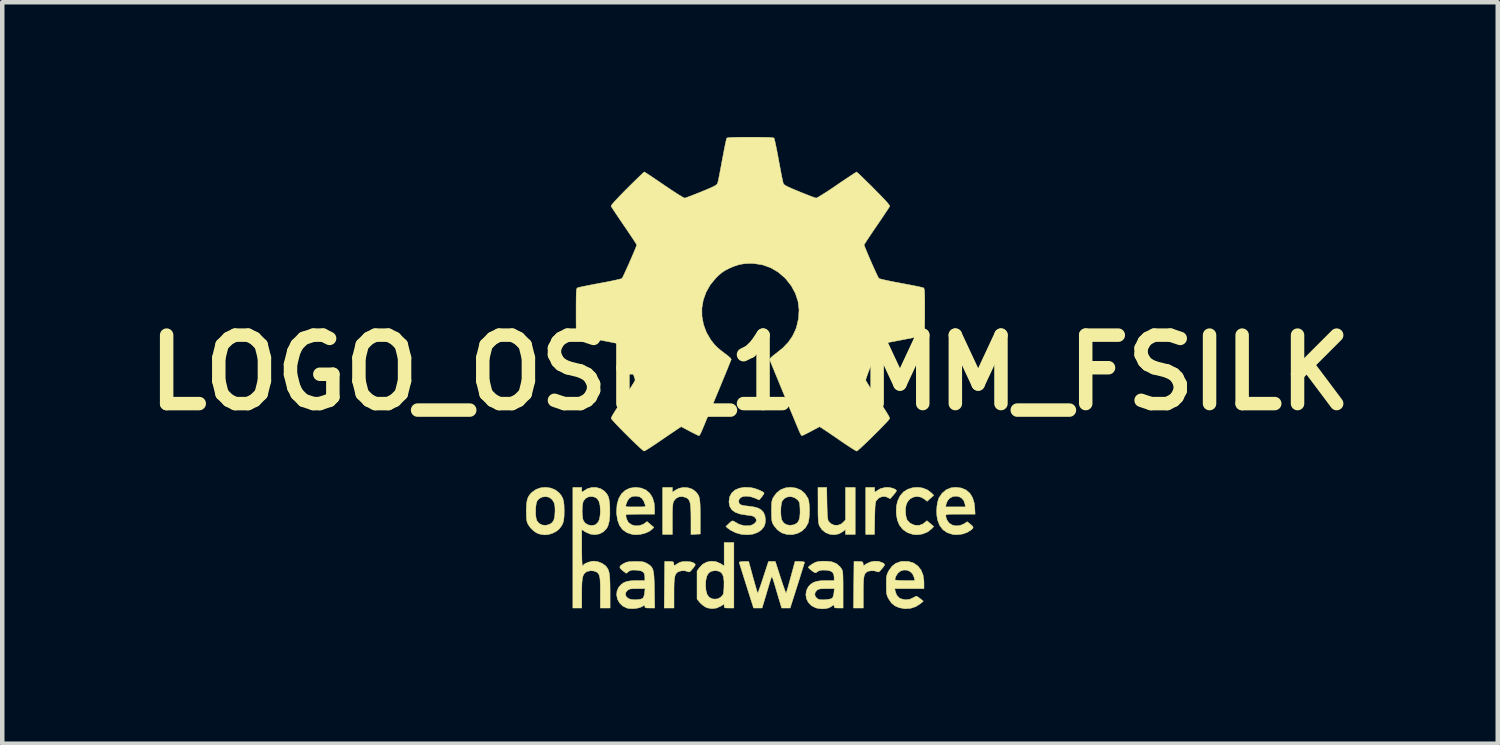
<source format=kicad_pcb>
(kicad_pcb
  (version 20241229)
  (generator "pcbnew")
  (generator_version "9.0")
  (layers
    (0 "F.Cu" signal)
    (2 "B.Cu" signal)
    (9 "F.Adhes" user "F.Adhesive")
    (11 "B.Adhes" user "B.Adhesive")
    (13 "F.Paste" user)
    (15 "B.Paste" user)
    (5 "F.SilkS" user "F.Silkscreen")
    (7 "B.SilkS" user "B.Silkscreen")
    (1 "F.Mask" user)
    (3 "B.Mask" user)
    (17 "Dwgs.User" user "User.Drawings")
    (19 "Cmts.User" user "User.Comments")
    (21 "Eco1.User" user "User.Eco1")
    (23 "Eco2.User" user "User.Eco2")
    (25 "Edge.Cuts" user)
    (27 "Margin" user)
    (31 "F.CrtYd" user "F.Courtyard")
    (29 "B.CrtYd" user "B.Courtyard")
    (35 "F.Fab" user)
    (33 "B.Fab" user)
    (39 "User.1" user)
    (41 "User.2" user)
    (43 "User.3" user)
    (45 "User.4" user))
  (footprint "LOGO_OSH_10MM_FSILK"
    (layer "F.Cu")
    (at 13.651 5.247)
    (property "Reference" "LOGO_OSH_10MM_FSILK" (at 0 0 0) (layer "F.SilkS") (effects (font (size 1.524 1.524) (thickness 0.3))))
    (attr through_hole)
    (fp_poly (pts (xy 1.714 2.914) (xy 1.717 3.047) (xy 1.721 3.149) (xy 1.727 3.223) (xy 1.734 3.272) (xy 1.743 3.302) (xy 1.746 3.308) (xy 1.804 3.366) (xy 1.876 3.397) (xy 1.954 3.399) (xy 2.028 3.373) (xy 2.076 3.333) (xy 2.126 3.278) (xy 2.126 2.558) (xy 2.342 2.558) (xy 2.342 3.603) (xy 2.126 3.603) (xy 2.126 3.492) (xy 2.07 3.538) (xy 1.983 3.589) (xy 1.88 3.61) (xy 1.776 3.6) (xy 1.681 3.562) (xy 1.601 3.496) (xy 1.548 3.416) (xy 1.536 3.387) (xy 1.528 3.354) (xy 1.522 3.311) (xy 1.518 3.253) (xy 1.515 3.175) (xy 1.514 3.071) (xy 1.514 2.95) (xy 1.513 2.558) (xy 1.708 2.558) (xy 1.714 2.914)) (stroke (width 0.01) (type solid)) (fill yes) (layer "F.SilkS"))
    (fp_poly (pts (xy 3.12 2.561) (xy 3.183 2.577) (xy 3.232 2.598) (xy 3.259 2.622) (xy 3.261 2.63) (xy 3.25 2.653) (xy 3.221 2.692) (xy 3.194 2.725) (xy 3.156 2.767) (xy 3.13 2.798) (xy 3.123 2.808) (xy 3.107 2.803) (xy 3.078 2.785) (xy 3.011 2.759) (xy 2.938 2.762) (xy 2.869 2.791) (xy 2.815 2.845) (xy 2.804 2.866) (xy 2.795 2.894) (xy 2.789 2.937) (xy 2.784 2.997) (xy 2.781 3.081) (xy 2.778 3.194) (xy 2.777 3.247) (xy 2.771 3.603) (xy 2.576 3.603) (xy 2.576 2.558) (xy 2.774 2.558) (xy 2.774 2.615) (xy 2.776 2.652) (xy 2.786 2.659) (xy 2.806 2.644) (xy 2.897 2.587) (xy 3.006 2.558) (xy 3.053 2.555) (xy 3.12 2.561)) (stroke (width 0.01) (type solid)) (fill yes) (layer "F.SilkS"))
    (fp_poly (pts (xy 2.871 4.205) (xy 2.955 4.236) (xy 2.965 4.241) (xy 2.988 4.259) (xy 2.997 4.275) (xy 2.989 4.299) (xy 2.962 4.336) (xy 2.914 4.393) (xy 2.88 4.429) (xy 2.856 4.44) (xy 2.828 4.431) (xy 2.826 4.43) (xy 2.77 4.414) (xy 2.7 4.412) (xy 2.635 4.422) (xy 2.613 4.431) (xy 2.584 4.451) (xy 2.561 4.477) (xy 2.545 4.516) (xy 2.533 4.57) (xy 2.527 4.646) (xy 2.523 4.748) (xy 2.522 4.88) (xy 2.522 4.899) (xy 2.522 5.242) (xy 2.305 5.242) (xy 2.31 4.724) (xy 2.315 4.206) (xy 2.414 4.206) (xy 2.471 4.208) (xy 2.501 4.214) (xy 2.514 4.23) (xy 2.519 4.255) (xy 2.524 4.303) (xy 2.588 4.26) (xy 2.676 4.218) (xy 2.774 4.199) (xy 2.871 4.205)) (stroke (width 0.01) (type solid)) (fill yes) (layer "F.SilkS"))
    (fp_poly (pts (xy -1.745 4.208) (xy -1.714 4.214) (xy -1.701 4.23) (xy -1.697 4.255) (xy -1.691 4.304) (xy -1.617 4.255) (xy -1.567 4.227) (xy -1.518 4.212) (xy -1.454 4.207) (xy -1.424 4.206) (xy -1.337 4.211) (xy -1.276 4.227) (xy -1.255 4.239) (xy -1.23 4.257) (xy -1.219 4.274) (xy -1.226 4.298) (xy -1.252 4.334) (xy -1.298 4.39) (xy -1.301 4.393) (xy -1.335 4.429) (xy -1.36 4.44) (xy -1.387 4.431) (xy -1.389 4.43) (xy -1.451 4.413) (xy -1.525 4.413) (xy -1.592 4.431) (xy -1.61 4.441) (xy -1.637 4.463) (xy -1.658 4.493) (xy -1.673 4.536) (xy -1.683 4.596) (xy -1.69 4.678) (xy -1.693 4.787) (xy -1.693 4.912) (xy -1.693 5.242) (xy -1.91 5.242) (xy -1.905 4.724) (xy -1.9 4.206) (xy -1.801 4.206) (xy -1.745 4.208)) (stroke (width 0.01) (type solid)) (fill yes) (layer "F.SilkS"))
    (fp_poly (pts (xy -1.384 2.563) (xy -1.291 2.593) (xy -1.225 2.639) (xy -1.189 2.676) (xy -1.161 2.712) (xy -1.14 2.752) (xy -1.126 2.801) (xy -1.117 2.865) (xy -1.111 2.95) (xy -1.109 3.06) (xy -1.108 3.2) (xy -1.108 3.207) (xy -1.108 3.594) (xy -1.211 3.599) (xy -1.315 3.605) (xy -1.315 3.27) (xy -1.316 3.131) (xy -1.32 3.023) (xy -1.327 2.942) (xy -1.339 2.883) (xy -1.357 2.841) (xy -1.381 2.811) (xy -1.414 2.788) (xy -1.421 2.784) (xy -1.501 2.76) (xy -1.579 2.766) (xy -1.647 2.799) (xy -1.696 2.858) (xy -1.704 2.874) (xy -1.714 2.909) (xy -1.721 2.963) (xy -1.726 3.04) (xy -1.729 3.144) (xy -1.729 3.269) (xy -1.729 3.603) (xy -1.946 3.603) (xy -1.946 2.558) (xy -1.729 2.558) (xy -1.729 2.668) (xy -1.669 2.622) (xy -1.583 2.577) (xy -1.485 2.557) (xy -1.384 2.563)) (stroke (width 0.01) (type solid)) (fill yes) (layer "F.SilkS"))
    (fp_poly (pts (xy 3.842 2.569) (xy 3.947 2.61) (xy 4.036 2.676) (xy 4.042 2.682) (xy 4.091 2.733) (xy 4.017 2.799) (xy 3.943 2.866) (xy 3.89 2.821) (xy 3.809 2.774) (xy 3.723 2.758) (xy 3.64 2.771) (xy 3.565 2.811) (xy 3.507 2.877) (xy 3.477 2.945) (xy 3.464 3.021) (xy 3.463 3.108) (xy 3.471 3.193) (xy 3.49 3.262) (xy 3.502 3.288) (xy 3.566 3.354) (xy 3.653 3.393) (xy 3.681 3.399) (xy 3.769 3.401) (xy 3.845 3.373) (xy 3.887 3.342) (xy 3.94 3.298) (xy 4.016 3.363) (xy 4.091 3.427) (xy 4.042 3.479) (xy 3.952 3.549) (xy 3.842 3.593) (xy 3.723 3.611) (xy 3.623 3.602) (xy 3.503 3.561) (xy 3.404 3.493) (xy 3.329 3.399) (xy 3.28 3.282) (xy 3.257 3.143) (xy 3.255 3.089) (xy 3.262 2.966) (xy 3.286 2.864) (xy 3.328 2.77) (xy 3.348 2.736) (xy 3.42 2.655) (xy 3.512 2.598) (xy 3.618 2.564) (xy 3.73 2.554) (xy 3.842 2.569)) (stroke (width 0.01) (type solid)) (fill yes) (layer "F.SilkS"))
    (fp_poly (pts (xy -0.36 5.242) (xy -0.468 5.242) (xy -0.528 5.241) (xy -0.561 5.236) (xy -0.574 5.223) (xy -0.576 5.199) (xy -0.576 5.197) (xy -0.576 5.152) (xy -0.647 5.198) (xy -0.743 5.242) (xy -0.847 5.256) (xy -0.948 5.239) (xy -0.99 5.221) (xy -1.052 5.18) (xy -1.11 5.127) (xy -1.125 5.11) (xy -1.18 5.041) (xy -1.18 4.729) (xy -0.99 4.729) (xy -0.981 4.85) (xy -0.955 4.941) (xy -0.909 5.003) (xy -0.845 5.037) (xy -0.783 5.044) (xy -0.718 5.037) (xy -0.666 5.01) (xy -0.645 4.992) (xy -0.618 4.966) (xy -0.601 4.942) (xy -0.591 4.909) (xy -0.585 4.859) (xy -0.58 4.784) (xy -0.58 4.769) (xy -0.579 4.643) (xy -0.591 4.548) (xy -0.618 4.48) (xy -0.662 4.437) (xy -0.724 4.415) (xy -0.785 4.41) (xy -0.864 4.424) (xy -0.923 4.464) (xy -0.963 4.533) (xy -0.985 4.632) (xy -0.99 4.729) (xy -1.18 4.729) (xy -1.18 4.419) (xy -1.128 4.345) (xy -1.055 4.268) (xy -0.964 4.219) (xy -0.863 4.199) (xy -0.759 4.209) (xy -0.66 4.251) (xy -0.65 4.257) (xy -0.576 4.306) (xy -0.576 3.783) (xy -0.36 3.783) (xy -0.36 5.242)) (stroke (width 0.01) (type solid)) (fill yes) (layer "F.SilkS"))
    (fp_poly (pts (xy 4.702 2.569) (xy 4.809 2.613) (xy 4.894 2.685) (xy 4.955 2.784) (xy 4.993 2.908) (xy 5.004 3.004) (xy 5.012 3.152) (xy 4.686 3.152) (xy 4.57 3.153) (xy 4.486 3.153) (xy 4.428 3.155) (xy 4.391 3.159) (xy 4.37 3.165) (xy 4.361 3.174) (xy 4.359 3.187) (xy 4.359 3.19) (xy 4.367 3.231) (xy 4.386 3.283) (xy 4.39 3.292) (xy 4.438 3.355) (xy 4.508 3.396) (xy 4.59 3.413) (xy 4.678 3.404) (xy 4.763 3.369) (xy 4.777 3.36) (xy 4.836 3.32) (xy 4.904 3.374) (xy 4.95 3.414) (xy 4.968 3.443) (xy 4.96 3.469) (xy 4.931 3.497) (xy 4.839 3.557) (xy 4.728 3.595) (xy 4.608 3.61) (xy 4.509 3.602) (xy 4.391 3.563) (xy 4.296 3.498) (xy 4.225 3.405) (xy 4.178 3.286) (xy 4.161 3.192) (xy 4.155 3.091) (xy 4.161 2.99) (xy 4.355 2.99) (xy 4.796 2.99) (xy 4.786 2.925) (xy 4.759 2.847) (xy 4.71 2.793) (xy 4.648 2.76) (xy 4.579 2.751) (xy 4.509 2.763) (xy 4.445 2.798) (xy 4.396 2.855) (xy 4.366 2.932) (xy 4.355 2.99) (xy 4.161 2.99) (xy 4.161 2.984) (xy 4.177 2.884) (xy 4.201 2.802) (xy 4.208 2.787) (xy 4.278 2.685) (xy 4.368 2.61) (xy 4.475 2.566) (xy 4.575 2.554) (xy 4.702 2.569)) (stroke (width 0.01) (type solid)) (fill yes) (layer "F.SilkS"))
    (fp_poly (pts (xy 1.025 2.571) (xy 1.134 2.618) (xy 1.222 2.694) (xy 1.289 2.798) (xy 1.293 2.809) (xy 1.31 2.87) (xy 1.32 2.956) (xy 1.324 3.056) (xy 1.322 3.159) (xy 1.313 3.255) (xy 1.299 3.332) (xy 1.291 3.354) (xy 1.235 3.452) (xy 1.154 3.529) (xy 1.053 3.582) (xy 0.938 3.608) (xy 0.82 3.603) (xy 0.706 3.568) (xy 0.609 3.5) (xy 0.53 3.402) (xy 0.511 3.369) (xy 0.496 3.335) (xy 0.486 3.293) (xy 0.481 3.236) (xy 0.478 3.157) (xy 0.478 3.101) (xy 0.685 3.101) (xy 0.689 3.188) (xy 0.699 3.258) (xy 0.705 3.278) (xy 0.745 3.342) (xy 0.807 3.385) (xy 0.885 3.401) (xy 0.97 3.39) (xy 0.997 3.38) (xy 1.05 3.347) (xy 1.086 3.296) (xy 1.107 3.222) (xy 1.115 3.121) (xy 1.114 3.052) (xy 1.11 2.972) (xy 1.105 2.919) (xy 1.095 2.883) (xy 1.079 2.856) (xy 1.053 2.828) (xy 0.986 2.781) (xy 0.91 2.762) (xy 0.835 2.768) (xy 0.768 2.799) (xy 0.72 2.854) (xy 0.711 2.872) (xy 0.696 2.93) (xy 0.687 3.01) (xy 0.685 3.101) (xy 0.478 3.101) (xy 0.477 3.08) (xy 0.478 2.982) (xy 0.481 2.912) (xy 0.487 2.862) (xy 0.498 2.823) (xy 0.514 2.788) (xy 0.516 2.783) (xy 0.59 2.68) (xy 0.683 2.607) (xy 0.795 2.565) (xy 0.9 2.554) (xy 1.025 2.571)) (stroke (width 0.01) (type solid)) (fill yes) (layer "F.SilkS"))
    (fp_poly (pts (xy 3.53 4.206) (xy 3.642 4.24) (xy 3.734 4.303) (xy 3.805 4.392) (xy 3.852 4.504) (xy 3.872 4.638) (xy 3.873 4.67) (xy 3.873 4.81) (xy 3.222 4.81) (xy 3.234 4.868) (xy 3.265 4.954) (xy 3.318 5.013) (xy 3.36 5.036) (xy 3.459 5.059) (xy 3.56 5.047) (xy 3.659 5) (xy 3.677 4.987) (xy 3.699 4.979) (xy 3.728 4.988) (xy 3.771 5.019) (xy 3.782 5.028) (xy 3.859 5.089) (xy 3.792 5.146) (xy 3.689 5.212) (xy 3.57 5.25) (xy 3.443 5.257) (xy 3.321 5.234) (xy 3.226 5.193) (xy 3.152 5.133) (xy 3.091 5.045) (xy 3.089 5.041) (xy 3.066 4.998) (xy 3.051 4.96) (xy 3.042 4.919) (xy 3.037 4.866) (xy 3.036 4.791) (xy 3.035 4.729) (xy 3.036 4.636) (xy 3.037 4.611) (xy 3.225 4.611) (xy 3.242 4.619) (xy 3.293 4.626) (xy 3.375 4.629) (xy 3.448 4.63) (xy 3.671 4.63) (xy 3.653 4.557) (xy 3.618 4.48) (xy 3.563 4.428) (xy 3.496 4.399) (xy 3.423 4.396) (xy 3.352 4.418) (xy 3.291 4.466) (xy 3.249 4.533) (xy 3.233 4.578) (xy 3.225 4.609) (xy 3.225 4.611) (xy 3.037 4.611) (xy 3.038 4.57) (xy 3.044 4.522) (xy 3.056 4.483) (xy 3.073 4.444) (xy 3.089 4.414) (xy 3.159 4.315) (xy 3.242 4.248) (xy 3.344 4.211) (xy 3.402 4.202) (xy 3.53 4.206)) (stroke (width 0.01) (type solid)) (fill yes) (layer "F.SilkS"))
    (fp_poly (pts (xy -2.422 2.571) (xy -2.316 2.616) (xy -2.232 2.688) (xy -2.171 2.785) (xy -2.135 2.905) (xy -2.126 3.013) (xy -2.126 3.152) (xy -2.438 3.152) (xy -2.54 3.153) (xy -2.63 3.155) (xy -2.7 3.157) (xy -2.746 3.16) (xy -2.76 3.162) (xy -2.765 3.189) (xy -2.756 3.234) (xy -2.736 3.286) (xy -2.711 3.331) (xy -2.7 3.344) (xy -2.633 3.39) (xy -2.55 3.412) (xy -2.461 3.407) (xy -2.376 3.376) (xy -2.338 3.351) (xy -2.293 3.316) (xy -2.217 3.381) (xy -2.142 3.445) (xy -2.18 3.487) (xy -2.249 3.538) (xy -2.342 3.578) (xy -2.447 3.603) (xy -2.553 3.61) (xy -2.624 3.602) (xy -2.742 3.563) (xy -2.835 3.498) (xy -2.904 3.406) (xy -2.949 3.287) (xy -2.971 3.141) (xy -2.972 3.078) (xy -2.963 2.967) (xy -2.769 2.967) (xy -2.765 2.978) (xy -2.749 2.985) (xy -2.713 2.989) (xy -2.654 2.99) (xy -2.565 2.99) (xy -2.549 2.99) (xy -2.455 2.99) (xy -2.392 2.989) (xy -2.353 2.986) (xy -2.334 2.979) (xy -2.329 2.969) (xy -2.332 2.953) (xy -2.333 2.95) (xy -2.367 2.857) (xy -2.411 2.795) (xy -2.469 2.761) (xy -2.545 2.75) (xy -2.549 2.75) (xy -2.626 2.76) (xy -2.685 2.793) (xy -2.729 2.853) (xy -2.764 2.945) (xy -2.765 2.95) (xy -2.769 2.967) (xy -2.963 2.967) (xy -2.96 2.929) (xy -2.922 2.802) (xy -2.862 2.699) (xy -2.78 2.623) (xy -2.679 2.574) (xy -2.559 2.556) (xy -2.546 2.555) (xy -2.422 2.571)) (stroke (width 0.01) (type solid)) (fill yes) (layer "F.SilkS"))
    (fp_poly (pts (xy 0.011 2.56) (xy 0.017 2.561) (xy 0.083 2.574) (xy 0.155 2.597) (xy 0.224 2.625) (xy 0.28 2.653) (xy 0.311 2.678) (xy 0.313 2.68) (xy 0.307 2.701) (xy 0.283 2.738) (xy 0.263 2.765) (xy 0.204 2.835) (xy 0.109 2.794) (xy 0.012 2.762) (xy -0.077 2.751) (xy -0.153 2.758) (xy -0.211 2.784) (xy -0.245 2.827) (xy -0.252 2.865) (xy -0.246 2.904) (xy -0.225 2.932) (xy -0.184 2.951) (xy -0.116 2.965) (xy -0.033 2.974) (xy 0.087 2.991) (xy 0.178 3.016) (xy 0.245 3.053) (xy 0.295 3.105) (xy 0.301 3.115) (xy 0.331 3.184) (xy 0.343 3.27) (xy 0.337 3.356) (xy 0.316 3.421) (xy 0.256 3.5) (xy 0.169 3.559) (xy 0.062 3.597) (xy -0.062 3.611) (xy -0.194 3.601) (xy -0.315 3.567) (xy -0.429 3.511) (xy -0.49 3.468) (xy -0.538 3.427) (xy -0.467 3.358) (xy -0.423 3.318) (xy -0.395 3.302) (xy -0.373 3.305) (xy -0.364 3.31) (xy -0.245 3.377) (xy -0.127 3.41) (xy -0.011 3.409) (xy 0.009 3.405) (xy 0.07 3.381) (xy 0.118 3.343) (xy 0.143 3.3) (xy 0.144 3.288) (xy 0.133 3.257) (xy 0.113 3.227) (xy 0.09 3.207) (xy 0.055 3.193) (xy 0.000453 3.182) (xy -0.082 3.172) (xy -0.086 3.171) (xy -0.223 3.149) (xy -0.328 3.11) (xy -0.403 3.056) (xy -0.449 2.983) (xy -0.468 2.891) (xy -0.468 2.867) (xy -0.453 2.765) (xy -0.408 2.681) (xy -0.336 2.616) (xy -0.241 2.574) (xy -0.124 2.554) (xy 0.011 2.56)) (stroke (width 0.01) (type solid)) (fill yes) (layer "F.SilkS"))
    (fp_poly (pts (xy 0.066 4.557) (xy 0.096 4.663) (xy 0.123 4.758) (xy 0.145 4.834) (xy 0.161 4.888) (xy 0.17 4.913) (xy 0.17 4.914) (xy 0.178 4.9) (xy 0.194 4.856) (xy 0.219 4.788) (xy 0.249 4.701) (xy 0.283 4.598) (xy 0.294 4.564) (xy 0.411 4.206) (xy 0.563 4.206) (xy 0.679 4.564) (xy 0.714 4.67) (xy 0.745 4.763) (xy 0.772 4.837) (xy 0.791 4.889) (xy 0.802 4.912) (xy 0.803 4.913) (xy 0.811 4.894) (xy 0.825 4.845) (xy 0.847 4.773) (xy 0.872 4.681) (xy 0.901 4.577) (xy 0.907 4.555) (xy 1.002 4.206) (xy 1.109 4.206) (xy 1.167 4.209) (xy 1.204 4.216) (xy 1.214 4.224) (xy 1.208 4.246) (xy 1.192 4.297) (xy 1.169 4.373) (xy 1.138 4.47) (xy 1.103 4.584) (xy 1.063 4.71) (xy 1.053 4.742) (xy 0.894 5.242) (xy 0.705 5.242) (xy 0.66 5.094) (xy 0.635 5.011) (xy 0.605 4.91) (xy 0.574 4.804) (xy 0.556 4.742) (xy 0.532 4.663) (xy 0.511 4.598) (xy 0.495 4.555) (xy 0.487 4.54) (xy 0.479 4.556) (xy 0.462 4.6) (xy 0.441 4.665) (xy 0.418 4.742) (xy 0.388 4.842) (xy 0.357 4.948) (xy 0.328 5.044) (xy 0.313 5.094) (xy 0.268 5.242) (xy 0.079 5.242) (xy -0.08 4.742) (xy -0.12 4.614) (xy -0.157 4.497) (xy -0.189 4.395) (xy -0.214 4.313) (xy -0.232 4.255) (xy -0.24 4.227) (xy -0.241 4.224) (xy -0.226 4.214) (xy -0.183 4.208) (xy -0.137 4.206) (xy -0.03 4.206) (xy 0.066 4.557)) (stroke (width 0.01) (type solid)) (fill yes) (layer "F.SilkS"))
    (fp_poly (pts (xy -4.435 2.571) (xy -4.333 2.613) (xy -4.249 2.68) (xy -4.24 2.69) (xy -4.198 2.746) (xy -4.169 2.802) (xy -4.151 2.868) (xy -4.141 2.951) (xy -4.138 3.06) (xy -4.138 3.08) (xy -4.14 3.195) (xy -4.149 3.282) (xy -4.166 3.35) (xy -4.194 3.408) (xy -4.235 3.464) (xy -4.25 3.481) (xy -4.313 3.534) (xy -4.395 3.576) (xy -4.484 3.604) (xy -4.567 3.613) (xy -4.594 3.61) (xy -4.629 3.604) (xy -4.68 3.596) (xy -4.685 3.595) (xy -4.751 3.57) (xy -4.822 3.521) (xy -4.888 3.456) (xy -4.939 3.384) (xy -4.941 3.38) (xy -4.958 3.344) (xy -4.969 3.307) (xy -4.976 3.259) (xy -4.98 3.193) (xy -4.981 3.102) (xy -4.981 3.08) (xy -4.981 3.07) (xy -4.775 3.07) (xy -4.774 3.16) (xy -4.764 3.239) (xy -4.747 3.295) (xy -4.747 3.297) (xy -4.696 3.359) (xy -4.627 3.394) (xy -4.545 3.401) (xy -4.46 3.377) (xy -4.458 3.376) (xy -4.405 3.339) (xy -4.369 3.284) (xy -4.349 3.205) (xy -4.342 3.098) (xy -4.341 3.081) (xy -4.344 2.99) (xy -4.354 2.924) (xy -4.375 2.873) (xy -4.409 2.825) (xy -4.419 2.815) (xy -4.477 2.775) (xy -4.549 2.761) (xy -4.624 2.77) (xy -4.692 2.803) (xy -4.739 2.853) (xy -4.758 2.905) (xy -4.77 2.981) (xy -4.775 3.07) (xy -4.981 3.07) (xy -4.978 2.962) (xy -4.969 2.871) (xy -4.951 2.8) (xy -4.922 2.742) (xy -4.879 2.689) (xy -4.852 2.663) (xy -4.762 2.6) (xy -4.657 2.564) (xy -4.545 2.555) (xy -4.435 2.571)) (stroke (width 0.01) (type solid)) (fill yes) (layer "F.SilkS"))
    (fp_poly (pts (xy -2.463 4.207) (xy -2.404 4.211) (xy -2.359 4.22) (xy -2.321 4.236) (xy -2.286 4.255) (xy -2.241 4.283) (xy -2.207 4.312) (xy -2.181 4.347) (xy -2.161 4.392) (xy -2.148 4.451) (xy -2.139 4.531) (xy -2.134 4.635) (xy -2.13 4.769) (xy -2.129 4.841) (xy -2.122 5.242) (xy -2.232 5.242) (xy -2.293 5.241) (xy -2.326 5.235) (xy -2.34 5.223) (xy -2.342 5.205) (xy -2.343 5.182) (xy -2.354 5.179) (xy -2.381 5.196) (xy -2.398 5.207) (xy -2.453 5.232) (xy -2.529 5.249) (xy -2.614 5.256) (xy -2.694 5.253) (xy -2.742 5.243) (xy -2.834 5.198) (xy -2.903 5.131) (xy -2.949 5.05) (xy -2.969 4.961) (xy -2.969 4.949) (xy -2.773 4.949) (xy -2.749 4.999) (xy -2.695 5.037) (xy -2.64 5.052) (xy -2.569 5.058) (xy -2.496 5.055) (xy -2.431 5.044) (xy -2.388 5.025) (xy -2.384 5.022) (xy -2.365 4.987) (xy -2.351 4.933) (xy -2.346 4.901) (xy -2.337 4.81) (xy -2.508 4.81) (xy -2.592 4.811) (xy -2.649 4.815) (xy -2.688 4.824) (xy -2.717 4.84) (xy -2.727 4.847) (xy -2.767 4.896) (xy -2.773 4.949) (xy -2.969 4.949) (xy -2.963 4.871) (xy -2.928 4.786) (xy -2.866 4.715) (xy -2.811 4.677) (xy -2.746 4.652) (xy -2.664 4.637) (xy -2.556 4.63) (xy -2.508 4.63) (xy -2.342 4.63) (xy -2.342 4.551) (xy -2.35 4.486) (xy -2.376 4.442) (xy -2.426 4.415) (xy -2.505 4.401) (xy -2.534 4.399) (xy -2.603 4.396) (xy -2.649 4.402) (xy -2.685 4.417) (xy -2.704 4.43) (xy -2.757 4.469) (xy -2.836 4.409) (xy -2.883 4.366) (xy -2.9 4.332) (xy -2.885 4.3) (xy -2.837 4.265) (xy -2.805 4.247) (xy -2.763 4.227) (xy -2.718 4.215) (xy -2.661 4.209) (xy -2.582 4.206) (xy -2.549 4.206) (xy -2.463 4.207)) (stroke (width 0.01) (type solid)) (fill yes) (layer "F.SilkS"))
    (fp_poly (pts (xy 1.722 4.201) (xy 1.807 4.211) (xy 1.827 4.215) (xy 1.923 4.253) (xy 2.002 4.321) (xy 2.031 4.359) (xy 2.044 4.38) (xy 2.054 4.401) (xy 2.061 4.429) (xy 2.066 4.468) (xy 2.069 4.523) (xy 2.071 4.6) (xy 2.072 4.702) (xy 2.072 4.83) (xy 2.072 5.242) (xy 1.973 5.242) (xy 1.915 5.241) (xy 1.885 5.234) (xy 1.875 5.219) (xy 1.873 5.206) (xy 1.869 5.176) (xy 1.854 5.175) (xy 1.821 5.201) (xy 1.817 5.204) (xy 1.759 5.237) (xy 1.679 5.256) (xy 1.587 5.259) (xy 1.494 5.246) (xy 1.453 5.234) (xy 1.364 5.186) (xy 1.298 5.117) (xy 1.257 5.034) (xy 1.244 4.951) (xy 1.442 4.951) (xy 1.465 5.002) (xy 1.516 5.043) (xy 1.531 5.05) (xy 1.575 5.058) (xy 1.638 5.059) (xy 1.707 5.054) (xy 1.771 5.044) (xy 1.818 5.031) (xy 1.831 5.022) (xy 1.85 4.987) (xy 1.865 4.932) (xy 1.869 4.901) (xy 1.878 4.81) (xy 1.707 4.81) (xy 1.623 4.811) (xy 1.566 4.815) (xy 1.528 4.824) (xy 1.498 4.84) (xy 1.489 4.847) (xy 1.45 4.896) (xy 1.442 4.951) (xy 1.244 4.951) (xy 1.243 4.944) (xy 1.256 4.854) (xy 1.298 4.77) (xy 1.349 4.715) (xy 1.405 4.677) (xy 1.47 4.652) (xy 1.552 4.637) (xy 1.659 4.63) (xy 1.707 4.63) (xy 1.873 4.63) (xy 1.873 4.56) (xy 1.863 4.487) (xy 1.83 4.438) (xy 1.769 4.41) (xy 1.706 4.4) (xy 1.61 4.397) (xy 1.541 4.409) (xy 1.493 4.437) (xy 1.487 4.442) (xy 1.468 4.457) (xy 1.447 4.456) (xy 1.414 4.437) (xy 1.378 4.411) (xy 1.334 4.376) (xy 1.305 4.348) (xy 1.298 4.338) (xy 1.312 4.317) (xy 1.348 4.288) (xy 1.396 4.256) (xy 1.447 4.229) (xy 1.475 4.218) (xy 1.542 4.204) (xy 1.629 4.199) (xy 1.722 4.201)) (stroke (width 0.01) (type solid)) (fill yes) (layer "F.SilkS"))
    (fp_poly (pts (xy -3.747 2.615) (xy -3.745 2.652) (xy -3.736 2.659) (xy -3.715 2.644) (xy -3.626 2.587) (xy -3.525 2.558) (xy -3.422 2.558) (xy -3.324 2.586) (xy -3.24 2.642) (xy -3.229 2.653) (xy -3.189 2.7) (xy -3.161 2.749) (xy -3.142 2.809) (xy -3.13 2.888) (xy -3.122 2.994) (xy -3.122 3.008) (xy -3.121 3.173) (xy -3.135 3.309) (xy -3.164 3.415) (xy -3.193 3.47) (xy -3.264 3.544) (xy -3.352 3.591) (xy -3.452 3.608) (xy -3.555 3.596) (xy -3.655 3.553) (xy -3.657 3.552) (xy -3.747 3.496) (xy -3.747 3.901) (xy -3.746 4.043) (xy -3.744 4.157) (xy -3.74 4.239) (xy -3.735 4.289) (xy -3.729 4.305) (xy -3.711 4.293) (xy -3.711 4.289) (xy -3.695 4.268) (xy -3.654 4.244) (xy -3.598 4.222) (xy -3.537 4.205) (xy -3.482 4.198) (xy -3.476 4.198) (xy -3.383 4.212) (xy -3.292 4.248) (xy -3.219 4.301) (xy -3.212 4.308) (xy -3.182 4.346) (xy -3.158 4.388) (xy -3.141 4.44) (xy -3.129 4.507) (xy -3.122 4.594) (xy -3.118 4.706) (xy -3.116 4.849) (xy -3.116 4.875) (xy -3.116 5.242) (xy -3.333 5.242) (xy -3.333 4.901) (xy -3.333 4.767) (xy -3.336 4.665) (xy -3.341 4.589) (xy -3.351 4.534) (xy -3.365 4.495) (xy -3.384 4.466) (xy -3.411 4.444) (xy -3.418 4.44) (xy -3.481 4.416) (xy -3.556 4.412) (xy -3.626 4.428) (xy -3.649 4.44) (xy -3.681 4.465) (xy -3.706 4.497) (xy -3.723 4.541) (xy -3.735 4.601) (xy -3.743 4.683) (xy -3.746 4.791) (xy -3.747 4.917) (xy -3.747 5.242) (xy -3.945 5.242) (xy -3.945 3.095) (xy -3.738 3.095) (xy -3.733 3.184) (xy -3.723 3.257) (xy -3.713 3.293) (xy -3.67 3.352) (xy -3.607 3.39) (xy -3.533 3.405) (xy -3.461 3.394) (xy -3.425 3.375) (xy -3.38 3.328) (xy -3.351 3.258) (xy -3.336 3.161) (xy -3.333 3.077) (xy -3.34 2.957) (xy -3.363 2.868) (xy -3.402 2.807) (xy -3.441 2.779) (xy -3.518 2.758) (xy -3.595 2.766) (xy -3.661 2.8) (xy -3.708 2.858) (xy -3.713 2.868) (xy -3.727 2.925) (xy -3.735 3.005) (xy -3.738 3.095) (xy -3.945 3.095) (xy -3.945 2.558) (xy -3.747 2.558) (xy -3.747 2.615)) (stroke (width 0.01) (type solid)) (fill yes) (layer "F.SilkS"))
    (fp_poly (pts (xy 0.168 -5.242) (xy 0.294 -5.24) (xy 0.39 -5.238) (xy 0.459 -5.235) (xy 0.505 -5.23) (xy 0.53 -5.224) (xy 0.536 -5.22) (xy 0.543 -5.196) (xy 0.556 -5.143) (xy 0.573 -5.063) (xy 0.594 -4.963) (xy 0.616 -4.847) (xy 0.638 -4.729) (xy 0.662 -4.601) (xy 0.684 -4.483) (xy 0.704 -4.38) (xy 0.721 -4.297) (xy 0.734 -4.24) (xy 0.741 -4.214) (xy 0.751 -4.196) (xy 0.772 -4.177) (xy 0.808 -4.156) (xy 0.863 -4.129) (xy 0.941 -4.094) (xy 1.047 -4.05) (xy 1.099 -4.028) (xy 1.204 -3.986) (xy 1.3 -3.948) (xy 1.379 -3.918) (xy 1.438 -3.897) (xy 1.471 -3.887) (xy 1.473 -3.886) (xy 1.496 -3.896) (xy 1.545 -3.923) (xy 1.614 -3.966) (xy 1.701 -4.021) (xy 1.802 -4.087) (xy 1.911 -4.161) (xy 1.932 -4.176) (xy 2.042 -4.251) (xy 2.143 -4.318) (xy 2.23 -4.376) (xy 2.299 -4.422) (xy 2.348 -4.453) (xy 2.371 -4.467) (xy 2.373 -4.468) (xy 2.389 -4.455) (xy 2.427 -4.421) (xy 2.483 -4.367) (xy 2.555 -4.297) (xy 2.64 -4.214) (xy 2.733 -4.122) (xy 2.754 -4.1) (xy 2.879 -3.974) (xy 2.977 -3.872) (xy 3.049 -3.794) (xy 3.093 -3.74) (xy 3.111 -3.71) (xy 3.111 -3.706) (xy 3.099 -3.684) (xy 3.069 -3.637) (xy 3.023 -3.569) (xy 2.966 -3.483) (xy 2.899 -3.384) (xy 2.826 -3.276) (xy 2.821 -3.269) (xy 2.747 -3.161) (xy 2.681 -3.063) (xy 2.625 -2.979) (xy 2.581 -2.911) (xy 2.552 -2.866) (xy 2.54 -2.845) (xy 2.54 -2.845) (xy 2.547 -2.821) (xy 2.567 -2.771) (xy 2.596 -2.701) (xy 2.632 -2.615) (xy 2.673 -2.52) (xy 2.716 -2.422) (xy 2.758 -2.328) (xy 2.797 -2.242) (xy 2.83 -2.171) (xy 2.855 -2.121) (xy 2.868 -2.098) (xy 2.869 -2.097) (xy 2.892 -2.089) (xy 2.946 -2.075) (xy 3.025 -2.057) (xy 3.125 -2.036) (xy 3.241 -2.013) (xy 3.36 -1.991) (xy 3.486 -1.967) (xy 3.603 -1.945) (xy 3.703 -1.925) (xy 3.783 -1.908) (xy 3.837 -1.895) (xy 3.86 -1.888) (xy 3.869 -1.881) (xy 3.876 -1.868) (xy 3.882 -1.843) (xy 3.885 -1.805) (xy 3.888 -1.748) (xy 3.89 -1.668) (xy 3.891 -1.563) (xy 3.891 -1.426) (xy 3.891 -1.362) (xy 3.891 -1.202) (xy 3.889 -1.076) (xy 3.887 -0.98) (xy 3.884 -0.91) (xy 3.879 -0.864) (xy 3.873 -0.839) (xy 3.869 -0.833) (xy 3.845 -0.825) (xy 3.792 -0.812) (xy 3.712 -0.794) (xy 3.613 -0.773) (xy 3.497 -0.751) (xy 3.387 -0.73) (xy 3.262 -0.706) (xy 3.147 -0.684) (xy 3.049 -0.664) (xy 2.972 -0.648) (xy 2.921 -0.637) (xy 2.902 -0.631) (xy 2.889 -0.611) (xy 2.865 -0.563) (xy 2.833 -0.493) (xy 2.796 -0.407) (xy 2.755 -0.311) (xy 2.713 -0.21) (xy 2.674 -0.11) (xy 2.637 -0.017) (xy 2.608 0.063) (xy 2.587 0.124) (xy 2.577 0.161) (xy 2.576 0.165) (xy 2.586 0.189) (xy 2.614 0.237) (xy 2.657 0.306) (xy 2.712 0.392) (xy 2.778 0.491) (xy 2.848 0.594) (xy 2.94 0.731) (xy 3.012 0.84) (xy 3.064 0.924) (xy 3.096 0.981) (xy 3.109 1.015) (xy 3.109 1.023) (xy 3.093 1.045) (xy 3.056 1.088) (xy 3.001 1.147) (xy 2.933 1.218) (xy 2.855 1.297) (xy 2.771 1.38) (xy 2.687 1.464) (xy 2.605 1.543) (xy 2.529 1.615) (xy 2.465 1.675) (xy 2.415 1.719) (xy 2.384 1.744) (xy 2.376 1.747) (xy 2.354 1.738) (xy 2.307 1.71) (xy 2.24 1.667) (xy 2.157 1.613) (xy 2.062 1.549) (xy 2.008 1.512) (xy 1.907 1.442) (xy 1.812 1.378) (xy 1.729 1.321) (xy 1.663 1.277) (xy 1.619 1.248) (xy 1.608 1.24) (xy 1.549 1.204) (xy 1.359 1.305) (xy 1.284 1.344) (xy 1.22 1.376) (xy 1.175 1.397) (xy 1.154 1.405) (xy 1.139 1.39) (xy 1.117 1.351) (xy 1.103 1.32) (xy 1.08 1.267) (xy 1.047 1.189) (xy 1.006 1.09) (xy 0.958 0.974) (xy 0.904 0.846) (xy 0.847 0.708) (xy 0.788 0.565) (xy 0.729 0.421) (xy 0.671 0.28) (xy 0.616 0.146) (xy 0.565 0.023) (xy 0.521 -0.085) (xy 0.484 -0.174) (xy 0.457 -0.241) (xy 0.441 -0.28) (xy 0.438 -0.29) (xy 0.447 -0.314) (xy 0.486 -0.354) (xy 0.555 -0.409) (xy 0.581 -0.428) (xy 0.733 -0.551) (xy 0.854 -0.678) (xy 0.947 -0.813) (xy 1.017 -0.962) (xy 1.034 -1.009) (xy 1.08 -1.204) (xy 1.092 -1.397) (xy 1.069 -1.584) (xy 1.011 -1.763) (xy 0.919 -1.933) (xy 0.795 -2.089) (xy 0.775 -2.11) (xy 0.624 -2.24) (xy 0.459 -2.336) (xy 0.281 -2.399) (xy 0.09 -2.429) (xy 0.009 -2.432) (xy -0.124 -2.426) (xy -0.243 -2.405) (xy -0.362 -2.366) (xy -0.468 -2.32) (xy -0.555 -2.275) (xy -0.628 -2.227) (xy -0.7 -2.166) (xy -0.757 -2.11) (xy -0.884 -1.957) (xy -0.978 -1.792) (xy -1.041 -1.617) (xy -1.072 -1.436) (xy -1.07 -1.253) (xy -1.036 -1.071) (xy -0.971 -0.895) (xy -0.872 -0.726) (xy -0.78 -0.611) (xy -0.736 -0.568) (xy -0.673 -0.513) (xy -0.601 -0.456) (xy -0.563 -0.428) (xy -0.485 -0.368) (xy -0.437 -0.324) (xy -0.419 -0.295) (xy -0.42 -0.29) (xy -0.428 -0.269) (xy -0.448 -0.219) (xy -0.479 -0.143) (xy -0.518 -0.046) (xy -0.565 0.068) (xy -0.618 0.196) (xy -0.674 0.333) (xy -0.733 0.475) (xy -0.793 0.619) (xy -0.851 0.76) (xy -0.907 0.895) (xy -0.959 1.019) (xy -1.004 1.129) (xy -1.043 1.221) (xy -1.072 1.29) (xy -1.085 1.32) (xy -1.108 1.368) (xy -1.128 1.399) (xy -1.136 1.405) (xy -1.157 1.397) (xy -1.203 1.375) (xy -1.267 1.343) (xy -1.341 1.305) (xy -1.531 1.204) (xy -1.59 1.24) (xy -1.621 1.261) (xy -1.677 1.299) (xy -1.753 1.35) (xy -1.843 1.411) (xy -1.942 1.479) (xy -1.99 1.512) (xy -2.089 1.579) (xy -2.179 1.639) (xy -2.255 1.688) (xy -2.314 1.725) (xy -2.35 1.744) (xy -2.358 1.747) (xy -2.378 1.735) (xy -2.419 1.701) (xy -2.478 1.647) (xy -2.552 1.578) (xy -2.637 1.496) (xy -2.729 1.405) (xy -2.733 1.401) (xy -2.825 1.309) (xy -2.909 1.223) (xy -2.981 1.148) (xy -3.037 1.087) (xy -3.075 1.044) (xy -3.091 1.023) (xy -3.091 1.023) (xy -3.086 0.999) (xy -3.062 0.951) (xy -3.019 0.879) (xy -2.956 0.781) (xy -2.872 0.656) (xy -2.83 0.594) (xy -2.757 0.487) (xy -2.692 0.389) (xy -2.637 0.303) (xy -2.594 0.235) (xy -2.567 0.187) (xy -2.558 0.165) (xy -2.565 0.136) (xy -2.583 0.081) (xy -2.611 0.006) (xy -2.645 -0.084) (xy -2.684 -0.182) (xy -2.726 -0.284) (xy -2.767 -0.382) (xy -2.805 -0.471) (xy -2.839 -0.546) (xy -2.865 -0.6) (xy -2.881 -0.628) (xy -2.884 -0.631) (xy -2.908 -0.638) (xy -2.962 -0.65) (xy -3.042 -0.667) (xy -3.142 -0.687) (xy -3.257 -0.709) (xy -3.36 -0.728) (xy -3.484 -0.751) (xy -3.598 -0.773) (xy -3.695 -0.792) (xy -3.772 -0.807) (xy -3.823 -0.817) (xy -3.842 -0.821) (xy -3.851 -0.827) (xy -3.858 -0.838) (xy -3.863 -0.86) (xy -3.867 -0.897) (xy -3.87 -0.952) (xy -3.872 -1.028) (xy -3.873 -1.131) (xy -3.873 -1.264) (xy -3.873 -1.352) (xy -3.873 -1.503) (xy -3.872 -1.622) (xy -3.871 -1.713) (xy -3.869 -1.78) (xy -3.866 -1.827) (xy -3.861 -1.857) (xy -3.854 -1.876) (xy -3.846 -1.885) (xy -3.842 -1.888) (xy -3.816 -1.896) (xy -3.76 -1.909) (xy -3.678 -1.926) (xy -3.576 -1.946) (xy -3.459 -1.969) (xy -3.342 -1.991) (xy -3.215 -2.014) (xy -3.1 -2.037) (xy -3.001 -2.058) (xy -2.924 -2.076) (xy -2.872 -2.089) (xy -2.851 -2.097) (xy -2.838 -2.118) (xy -2.815 -2.166) (xy -2.782 -2.236) (xy -2.744 -2.321) (xy -2.701 -2.415) (xy -2.658 -2.513) (xy -2.617 -2.608) (xy -2.58 -2.695) (xy -2.55 -2.767) (xy -2.53 -2.819) (xy -2.522 -2.844) (xy -2.522 -2.845) (xy -2.532 -2.863) (xy -2.559 -2.906) (xy -2.602 -2.972) (xy -2.658 -3.055) (xy -2.723 -3.152) (xy -2.796 -3.259) (xy -2.803 -3.269) (xy -2.877 -3.378) (xy -2.944 -3.477) (xy -3.002 -3.564) (xy -3.048 -3.634) (xy -3.079 -3.682) (xy -3.093 -3.705) (xy -3.093 -3.706) (xy -3.084 -3.728) (xy -3.048 -3.774) (xy -2.985 -3.844) (xy -2.895 -3.939) (xy -2.779 -4.058) (xy -2.736 -4.1) (xy -2.642 -4.194) (xy -2.555 -4.279) (xy -2.48 -4.352) (xy -2.42 -4.41) (xy -2.377 -4.449) (xy -2.356 -4.467) (xy -2.354 -4.468) (xy -2.336 -4.458) (xy -2.292 -4.43) (xy -2.226 -4.387) (xy -2.142 -4.331) (xy -2.045 -4.265) (xy -1.936 -4.191) (xy -1.914 -4.176) (xy -1.803 -4.101) (xy -1.701 -4.033) (xy -1.611 -3.975) (xy -1.538 -3.93) (xy -1.485 -3.899) (xy -1.458 -3.887) (xy -1.455 -3.886) (xy -1.429 -3.894) (xy -1.375 -3.913) (xy -1.299 -3.942) (xy -1.207 -3.978) (xy -1.103 -4.019) (xy -1.081 -4.028) (xy -0.963 -4.077) (xy -0.874 -4.115) (xy -0.81 -4.145) (xy -0.767 -4.169) (xy -0.74 -4.189) (xy -0.726 -4.207) (xy -0.723 -4.214) (xy -0.715 -4.244) (xy -0.701 -4.304) (xy -0.684 -4.389) (xy -0.664 -4.494) (xy -0.641 -4.613) (xy -0.62 -4.729) (xy -0.596 -4.855) (xy -0.574 -4.97) (xy -0.554 -5.069) (xy -0.537 -5.147) (xy -0.525 -5.199) (xy -0.517 -5.22) (xy -0.503 -5.227) (xy -0.469 -5.232) (xy -0.414 -5.236) (xy -0.333 -5.239) (xy -0.225 -5.241) (xy -0.085 -5.242) (xy 0.009 -5.242) (xy 0.168 -5.242)) (stroke (width 0.01) (type solid)) (fill yes) (layer "F.SilkS")))
  (gr_rect
    (start -3 -3)
    (end 30.301 13.511)
    (stroke (width 0.1) (type default))
    (fill no)
    (layer "Edge.Cuts")))
</source>
